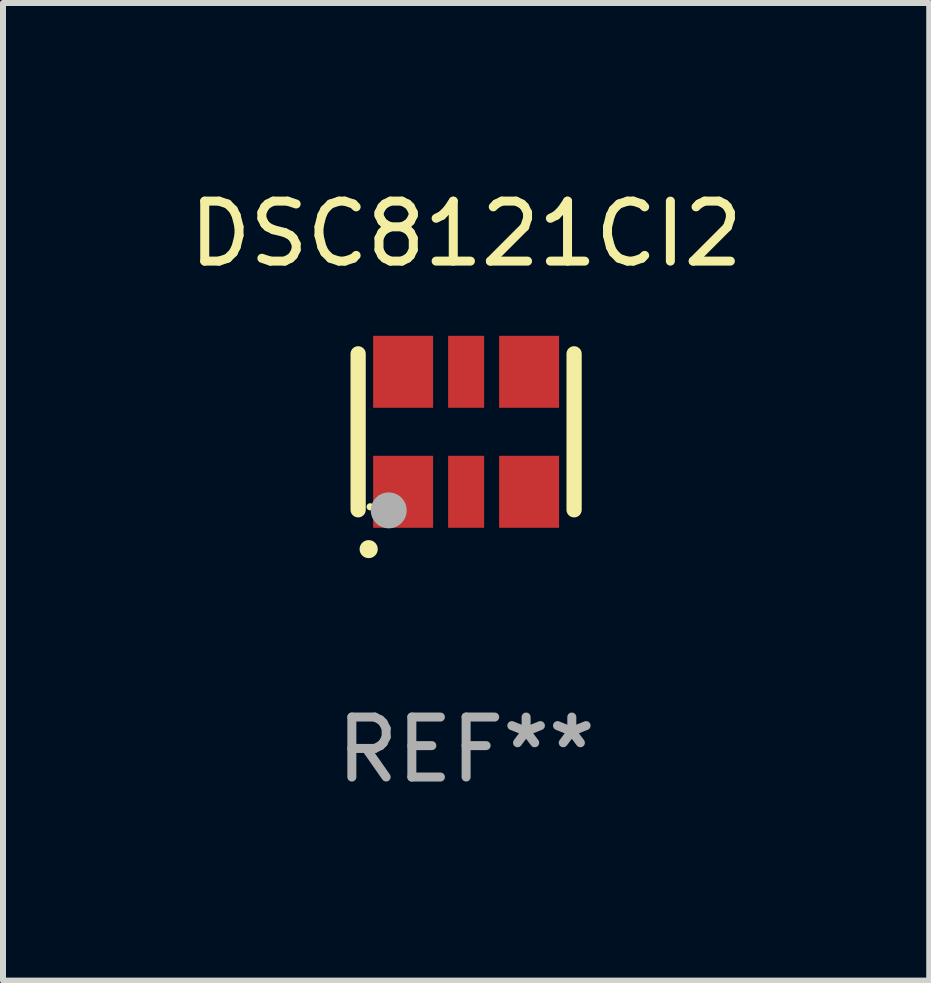
<source format=kicad_pcb>
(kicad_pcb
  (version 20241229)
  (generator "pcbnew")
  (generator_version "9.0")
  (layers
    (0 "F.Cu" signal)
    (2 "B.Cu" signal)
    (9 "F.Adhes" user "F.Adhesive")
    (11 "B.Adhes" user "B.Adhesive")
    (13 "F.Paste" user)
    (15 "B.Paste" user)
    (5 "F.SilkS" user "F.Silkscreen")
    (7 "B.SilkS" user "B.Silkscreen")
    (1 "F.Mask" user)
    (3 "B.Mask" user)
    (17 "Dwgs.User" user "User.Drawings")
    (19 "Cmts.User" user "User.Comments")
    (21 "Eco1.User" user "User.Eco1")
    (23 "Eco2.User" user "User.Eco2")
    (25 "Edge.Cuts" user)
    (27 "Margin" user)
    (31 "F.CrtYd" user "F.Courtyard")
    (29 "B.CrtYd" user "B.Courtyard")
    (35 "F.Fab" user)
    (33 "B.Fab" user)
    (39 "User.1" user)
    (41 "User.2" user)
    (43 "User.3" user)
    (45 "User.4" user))
  (footprint "DSC8121CI2"
    (layer "F.Cu")
    (at 4.72 4.148)
    (property "Reference" "DSC8121CI2" (at 0 -3.3 0) (layer "F.SilkS") (effects (font (size 1 1) (thickness 0.15))))
    (attr through_hole)
    (fp_line (start -1.8 -1.3) (end -1.8 1.3) (stroke (width 0.254) (type solid)) (layer "F.SilkS"))
    (fp_line (start 1.8 -1.3) (end 1.8 1.3) (stroke (width 0.254) (type solid)) (layer "F.SilkS"))
    (fp_arc (start -1.625603 1.955804) (mid -1.624333 1.955799) (end -1.623063 1.955804) (stroke (width 0.3) (type solid)) (layer "F.SilkS"))
    (fp_circle (center -1.6 1.25) (end -1.57 1.25) (stroke (width 0.06) (type solid)) (fill no) (layer "F.SilkS"))
    (fp_circle (center -1.29 1.31) (end -1.14 1.31) (stroke (width 0.3) (type solid)) (fill no) (layer "F.Fab"))
    (fp_text user "REF**" (at 0 5.3 0) (layer "F.Fab") (effects (font (size 1 1) (thickness 0.15))))
    (pad "1" smd rect (at -1.05 1) (size 1 1.2) (layers "F.Cu" "F.Mask" "F.Paste"))
    (pad "2" smd rect (at 0 1) (size 0.6 1.2) (layers "F.Cu" "F.Mask" "F.Paste"))
    (pad "3" smd rect (at 1.05 1) (size 1 1.2) (layers "F.Cu" "F.Mask" "F.Paste"))
    (pad "4" smd rect (at 1.05 -1) (size 1 1.2) (layers "F.Cu" "F.Mask" "F.Paste"))
    (pad "5" smd rect (at 0 -1) (size 0.6 1.2) (layers "F.Cu" "F.Mask" "F.Paste"))
    (pad "6" smd rect (at -1.05 -1) (size 1 1.2) (layers "F.Cu" "F.Mask" "F.Paste")))
  (gr_rect
    (start -3 -3)
    (end 12.44 13.296)
    (stroke (width 0.1) (type default))
    (fill no)
    (layer "Edge.Cuts")))
</source>
